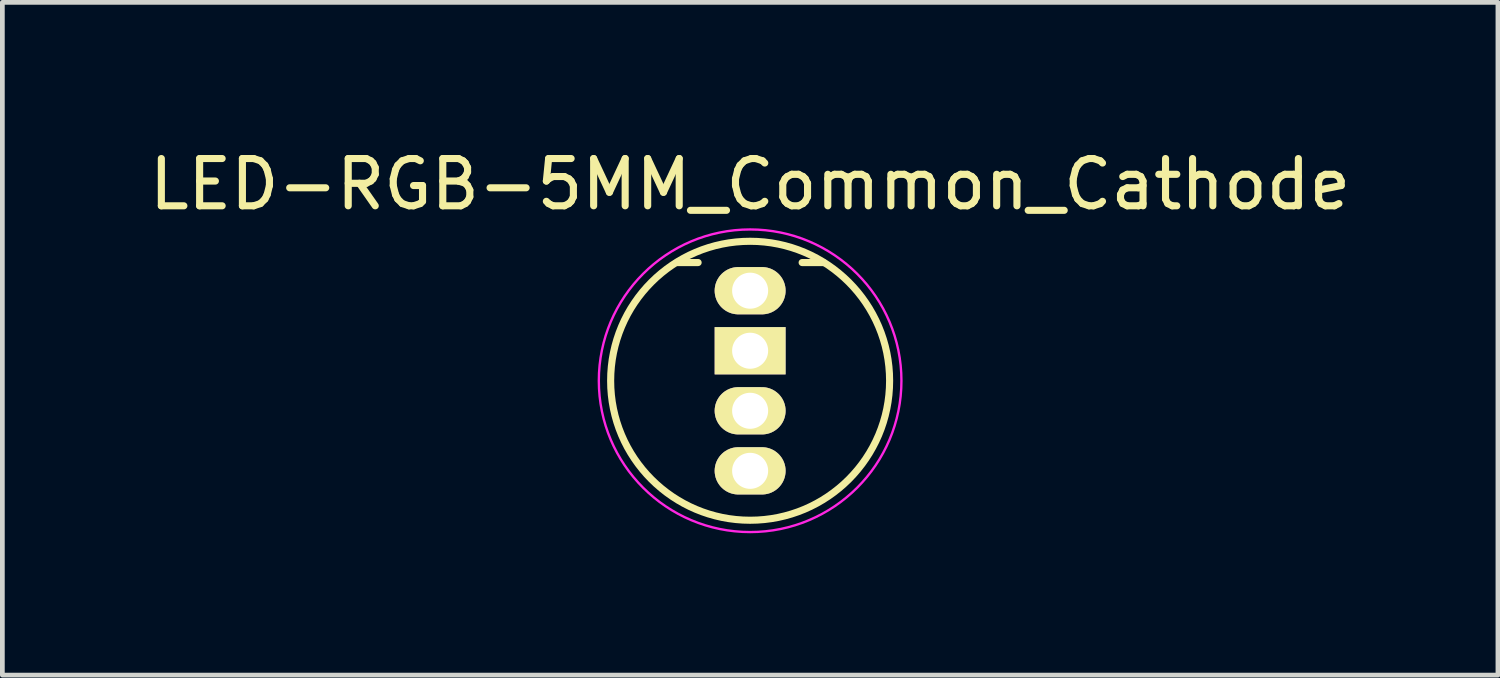
<source format=kicad_pcb>
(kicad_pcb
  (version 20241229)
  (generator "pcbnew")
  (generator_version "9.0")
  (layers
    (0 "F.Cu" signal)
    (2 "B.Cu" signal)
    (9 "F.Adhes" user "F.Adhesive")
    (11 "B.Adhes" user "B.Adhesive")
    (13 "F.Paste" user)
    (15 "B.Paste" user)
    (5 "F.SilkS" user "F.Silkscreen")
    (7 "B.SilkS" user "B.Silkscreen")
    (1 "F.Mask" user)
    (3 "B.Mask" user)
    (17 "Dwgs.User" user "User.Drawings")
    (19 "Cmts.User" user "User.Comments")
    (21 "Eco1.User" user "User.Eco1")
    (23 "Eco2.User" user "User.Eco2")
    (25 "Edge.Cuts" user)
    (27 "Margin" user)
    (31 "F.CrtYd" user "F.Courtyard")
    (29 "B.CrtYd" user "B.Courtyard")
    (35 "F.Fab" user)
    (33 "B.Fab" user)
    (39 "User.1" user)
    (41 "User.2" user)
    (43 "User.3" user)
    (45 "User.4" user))
  (footprint "LED-RGB-5MM_Common_Cathode"
    (layer "F.Cu")
    (at 12.815 3.098)
    (property "Reference" "LED-RGB-5MM_Common_Cathode" (at 0 -2.25 0) (layer "F.SilkS") (effects (font (size 1 1) (thickness 0.15))))
    (attr through_hole)
    (fp_line (start -1.1 -0.595) (end -1.55 -0.595) (stroke (width 0.15) (type solid)) (layer "F.SilkS"))
    (fp_line (start 1.1 -0.595) (end 1.55 -0.595) (stroke (width 0.15) (type solid)) (layer "F.SilkS"))
    (fp_circle (center 0 1.905) (end 2.95 1.905) (stroke (width 0.15) (type solid)) (fill no) (layer "F.SilkS"))
    (fp_circle (center 0 1.905) (end 3.2 1.905) (stroke (width 0.05) (type solid)) (fill no) (layer "F.CrtYd"))
    (pad "1" thru_hole oval (at 0 0) (size 1.5 1) (drill 0.762) (layers "*.Cu" "*.Mask" "F.SilkS"))
    (pad "2" thru_hole rect (at 0 1.27) (size 1.5 1) (drill 0.762) (layers "*.Cu" "*.Mask" "F.SilkS"))
    (pad "3" thru_hole oval (at 0 2.54) (size 1.5 1) (drill 0.762) (layers "*.Cu" "*.Mask" "F.SilkS"))
    (pad "4" thru_hole oval (at 0 3.81) (size 1.5 1) (drill 0.762) (layers "*.Cu" "*.Mask" "F.SilkS")))
  (gr_rect
    (start -3 -3)
    (end 28.631 11.228)
    (stroke (width 0.1) (type default))
    (fill no)
    (layer "Edge.Cuts")))
</source>
